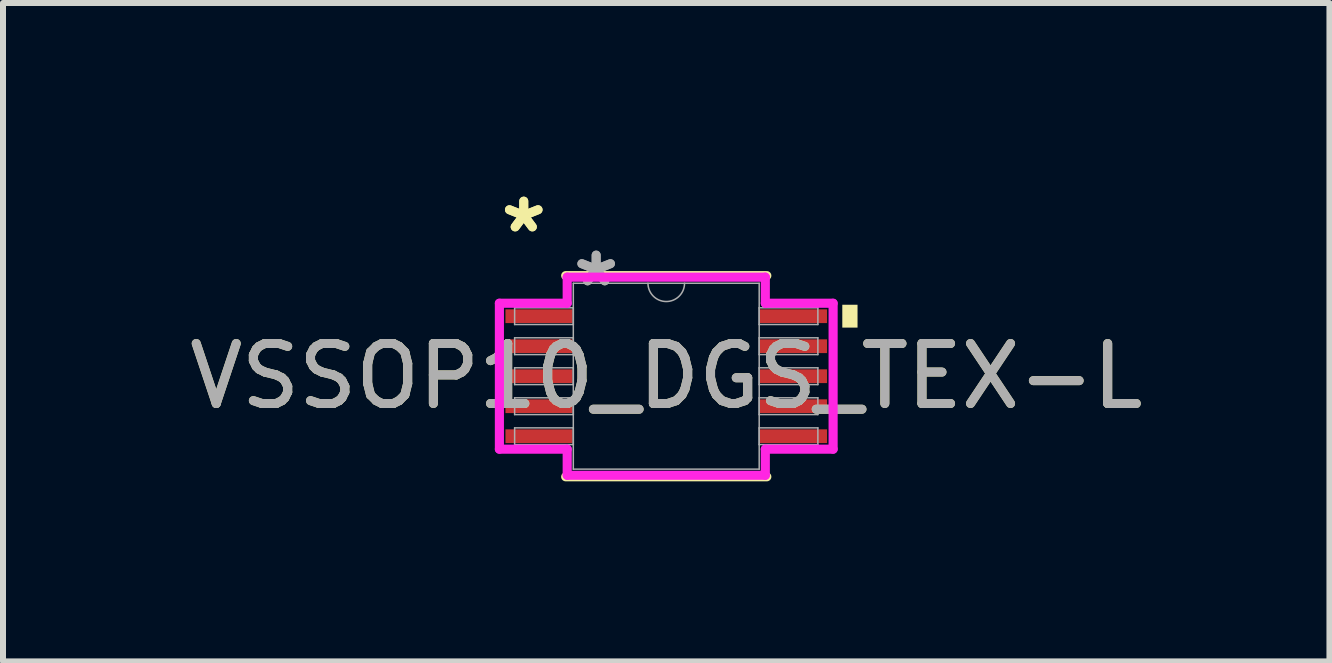
<source format=kicad_pcb>
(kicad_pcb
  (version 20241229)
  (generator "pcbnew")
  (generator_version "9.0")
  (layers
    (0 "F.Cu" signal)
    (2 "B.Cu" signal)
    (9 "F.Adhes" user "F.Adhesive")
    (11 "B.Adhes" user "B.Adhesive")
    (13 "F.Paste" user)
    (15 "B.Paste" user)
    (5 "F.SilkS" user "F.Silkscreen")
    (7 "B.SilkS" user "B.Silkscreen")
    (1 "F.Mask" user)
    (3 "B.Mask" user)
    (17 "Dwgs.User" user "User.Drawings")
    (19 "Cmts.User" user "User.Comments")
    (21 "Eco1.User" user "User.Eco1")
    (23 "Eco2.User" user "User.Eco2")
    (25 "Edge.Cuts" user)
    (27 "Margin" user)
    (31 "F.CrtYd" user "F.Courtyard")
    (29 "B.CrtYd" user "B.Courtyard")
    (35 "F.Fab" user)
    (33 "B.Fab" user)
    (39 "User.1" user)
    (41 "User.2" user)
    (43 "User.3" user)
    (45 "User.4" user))
  (footprint "VSSOP10_DGS_TEX-L"
    (layer "F.Cu")
    (at 8.054 3.22)
    (property "Reference" "VSSOP10_DGS_TEX-L" (at 0 0 0) (unlocked yes) (layer "F.SilkS") (effects (font (size 1 1) (thickness 0.15))))
    (attr smd)
    (fp_line (start -1.676 1.676) (end 1.676 1.676) (stroke (width 0.152) (type solid)) (layer "F.SilkS"))
    (fp_line (start 1.676 -1.676) (end -1.676 -1.676) (stroke (width 0.152) (type solid)) (layer "F.SilkS"))
    (fp_poly (pts (xy 3.188 -1.191) (xy 3.188 -0.81) (xy 2.934 -0.81) (xy 2.934 -1.191)) (stroke (width 0) (type solid)) (fill yes) (layer "F.SilkS"))
    (fp_line (start -2.781 -1.216) (end -1.651 -1.216) (stroke (width 0.152) (type solid)) (layer "F.CrtYd"))
    (fp_line (start -2.781 1.216) (end -2.781 -1.216) (stroke (width 0.152) (type solid)) (layer "F.CrtYd"))
    (fp_line (start -2.781 1.216) (end -1.651 1.216) (stroke (width 0.152) (type solid)) (layer "F.CrtYd"))
    (fp_line (start -1.651 -1.651) (end 1.651 -1.651) (stroke (width 0.152) (type solid)) (layer "F.CrtYd"))
    (fp_line (start -1.651 -1.216) (end -1.651 -1.651) (stroke (width 0.152) (type solid)) (layer "F.CrtYd"))
    (fp_line (start -1.651 1.651) (end -1.651 1.216) (stroke (width 0.152) (type solid)) (layer "F.CrtYd"))
    (fp_line (start 1.651 -1.651) (end 1.651 -1.216) (stroke (width 0.152) (type solid)) (layer "F.CrtYd"))
    (fp_line (start 1.651 1.216) (end 1.651 1.651) (stroke (width 0.152) (type solid)) (layer "F.CrtYd"))
    (fp_line (start 1.651 1.651) (end -1.651 1.651) (stroke (width 0.152) (type solid)) (layer "F.CrtYd"))
    (fp_line (start 2.781 -1.216) (end 1.651 -1.216) (stroke (width 0.152) (type solid)) (layer "F.CrtYd"))
    (fp_line (start 2.781 -1.216) (end 2.781 1.216) (stroke (width 0.152) (type solid)) (layer "F.CrtYd"))
    (fp_line (start 2.781 1.216) (end 1.651 1.216) (stroke (width 0.152) (type solid)) (layer "F.CrtYd"))
    (fp_line (start -2.527 -1.14) (end -2.527 -0.861) (stroke (width 0.025) (type solid)) (layer "F.Fab"))
    (fp_line (start -2.527 -0.861) (end -1.549 -0.861) (stroke (width 0.025) (type solid)) (layer "F.Fab"))
    (fp_line (start -2.527 -0.64) (end -2.527 -0.36) (stroke (width 0.025) (type solid)) (layer "F.Fab"))
    (fp_line (start -2.527 -0.36) (end -1.549 -0.36) (stroke (width 0.025) (type solid)) (layer "F.Fab"))
    (fp_line (start -2.527 -0.14) (end -2.527 0.14) (stroke (width 0.025) (type solid)) (layer "F.Fab"))
    (fp_line (start -2.527 0.14) (end -1.549 0.14) (stroke (width 0.025) (type solid)) (layer "F.Fab"))
    (fp_line (start -2.527 0.36) (end -2.527 0.64) (stroke (width 0.025) (type solid)) (layer "F.Fab"))
    (fp_line (start -2.527 0.64) (end -1.549 0.64) (stroke (width 0.025) (type solid)) (layer "F.Fab"))
    (fp_line (start -2.527 0.861) (end -2.527 1.14) (stroke (width 0.025) (type solid)) (layer "F.Fab"))
    (fp_line (start -2.527 1.14) (end -1.549 1.14) (stroke (width 0.025) (type solid)) (layer "F.Fab"))
    (fp_line (start -1.549 -1.549) (end -1.549 1.549) (stroke (width 0.025) (type solid)) (layer "F.Fab"))
    (fp_line (start -1.549 -1.14) (end -2.527 -1.14) (stroke (width 0.025) (type solid)) (layer "F.Fab"))
    (fp_line (start -1.549 -0.861) (end -1.549 -1.14) (stroke (width 0.025) (type solid)) (layer "F.Fab"))
    (fp_line (start -1.549 -0.64) (end -2.527 -0.64) (stroke (width 0.025) (type solid)) (layer "F.Fab"))
    (fp_line (start -1.549 -0.36) (end -1.549 -0.64) (stroke (width 0.025) (type solid)) (layer "F.Fab"))
    (fp_line (start -1.549 -0.14) (end -2.527 -0.14) (stroke (width 0.025) (type solid)) (layer "F.Fab"))
    (fp_line (start -1.549 0.14) (end -1.549 -0.14) (stroke (width 0.025) (type solid)) (layer "F.Fab"))
    (fp_line (start -1.549 0.36) (end -2.527 0.36) (stroke (width 0.025) (type solid)) (layer "F.Fab"))
    (fp_line (start -1.549 0.64) (end -1.549 0.36) (stroke (width 0.025) (type solid)) (layer "F.Fab"))
    (fp_line (start -1.549 0.861) (end -2.527 0.861) (stroke (width 0.025) (type solid)) (layer "F.Fab"))
    (fp_line (start -1.549 1.14) (end -1.549 0.861) (stroke (width 0.025) (type solid)) (layer "F.Fab"))
    (fp_line (start -1.549 1.549) (end 1.549 1.549) (stroke (width 0.025) (type solid)) (layer "F.Fab"))
    (fp_line (start 1.549 -1.549) (end -1.549 -1.549) (stroke (width 0.025) (type solid)) (layer "F.Fab"))
    (fp_line (start 1.549 -1.14) (end 1.549 -0.861) (stroke (width 0.025) (type solid)) (layer "F.Fab"))
    (fp_line (start 1.549 -0.861) (end 2.527 -0.861) (stroke (width 0.025) (type solid)) (layer "F.Fab"))
    (fp_line (start 1.549 -0.64) (end 1.549 -0.36) (stroke (width 0.025) (type solid)) (layer "F.Fab"))
    (fp_line (start 1.549 -0.36) (end 2.527 -0.36) (stroke (width 0.025) (type solid)) (layer "F.Fab"))
    (fp_line (start 1.549 -0.14) (end 1.549 0.14) (stroke (width 0.025) (type solid)) (layer "F.Fab"))
    (fp_line (start 1.549 0.14) (end 2.527 0.14) (stroke (width 0.025) (type solid)) (layer "F.Fab"))
    (fp_line (start 1.549 0.36) (end 1.549 0.64) (stroke (width 0.025) (type solid)) (layer "F.Fab"))
    (fp_line (start 1.549 0.64) (end 2.527 0.64) (stroke (width 0.025) (type solid)) (layer "F.Fab"))
    (fp_line (start 1.549 0.861) (end 1.549 1.14) (stroke (width 0.025) (type solid)) (layer "F.Fab"))
    (fp_line (start 1.549 1.14) (end 2.527 1.14) (stroke (width 0.025) (type solid)) (layer "F.Fab"))
    (fp_line (start 1.549 1.549) (end 1.549 -1.549) (stroke (width 0.025) (type solid)) (layer "F.Fab"))
    (fp_line (start 2.527 -1.14) (end 1.549 -1.14) (stroke (width 0.025) (type solid)) (layer "F.Fab"))
    (fp_line (start 2.527 -0.861) (end 2.527 -1.14) (stroke (width 0.025) (type solid)) (layer "F.Fab"))
    (fp_line (start 2.527 -0.64) (end 1.549 -0.64) (stroke (width 0.025) (type solid)) (layer "F.Fab"))
    (fp_line (start 2.527 -0.36) (end 2.527 -0.64) (stroke (width 0.025) (type solid)) (layer "F.Fab"))
    (fp_line (start 2.527 -0.14) (end 1.549 -0.14) (stroke (width 0.025) (type solid)) (layer "F.Fab"))
    (fp_line (start 2.527 0.14) (end 2.527 -0.14) (stroke (width 0.025) (type solid)) (layer "F.Fab"))
    (fp_line (start 2.527 0.36) (end 1.549 0.36) (stroke (width 0.025) (type solid)) (layer "F.Fab"))
    (fp_line (start 2.527 0.64) (end 2.527 0.36) (stroke (width 0.025) (type solid)) (layer "F.Fab"))
    (fp_line (start 2.527 0.861) (end 1.549 0.861) (stroke (width 0.025) (type solid)) (layer "F.Fab"))
    (fp_line (start 2.527 1.14) (end 2.527 0.861) (stroke (width 0.025) (type solid)) (layer "F.Fab"))
    (fp_arc (start 0.3048 -1.5494) (mid 0 -1.2446) (end -0.3048 -1.5494) (stroke (width 0.0254) (type solid)) (layer "F.Fab"))
    (fp_text user "*" (at -2.375 -2.372 0) (unlocked yes) (layer "F.SilkS") (effects (font (size 1 1) (thickness 0.15))))
    (fp_text user "*" (at -2.375 -2.372 0) (layer "F.SilkS") (effects (font (size 1 1) (thickness 0.15))))
    (fp_text user "${REFERENCE}" (at 0 0 0) (unlocked yes) (layer "F.Fab") (effects (font (size 1 1) (thickness 0.15))))
    (fp_text user "*" (at -1.168 -1.473 0) (layer "F.Fab") (effects (font (size 1 1) (thickness 0.15))))
    (fp_text user "*" (at -1.168 -1.473 0) (unlocked yes) (layer "F.Fab") (effects (font (size 1 1) (thickness 0.15))))
    (pad "1" smd rect (at -2.121 -1) (size 1.118 0.229) (layers "F.Cu" "F.Mask" "F.Paste"))
    (pad "2" smd rect (at -2.121 -0.5) (size 1.118 0.229) (layers "F.Cu" "F.Mask" "F.Paste"))
    (pad "3" smd rect (at -2.121 0) (size 1.118 0.229) (layers "F.Cu" "F.Mask" "F.Paste"))
    (pad "4" smd rect (at -2.121 0.5) (size 1.118 0.229) (layers "F.Cu" "F.Mask" "F.Paste"))
    (pad "5" smd rect (at -2.121 1) (size 1.118 0.229) (layers "F.Cu" "F.Mask" "F.Paste"))
    (pad "6" smd rect (at 2.121 1) (size 1.118 0.229) (layers "F.Cu" "F.Mask" "F.Paste"))
    (pad "7" smd rect (at 2.121 0.5) (size 1.118 0.229) (layers "F.Cu" "F.Mask" "F.Paste"))
    (pad "8" smd rect (at 2.121 0) (size 1.118 0.229) (layers "F.Cu" "F.Mask" "F.Paste"))
    (pad "9" smd rect (at 2.121 -0.5) (size 1.118 0.229) (layers "F.Cu" "F.Mask" "F.Paste"))
    (pad "10" smd rect (at 2.121 -1) (size 1.118 0.229) (layers "F.Cu" "F.Mask" "F.Paste")))
  (gr_rect
    (start -3 -3)
    (end 19.107 7.973)
    (stroke (width 0.1) (type default))
    (fill no)
    (layer "Edge.Cuts")))
</source>
